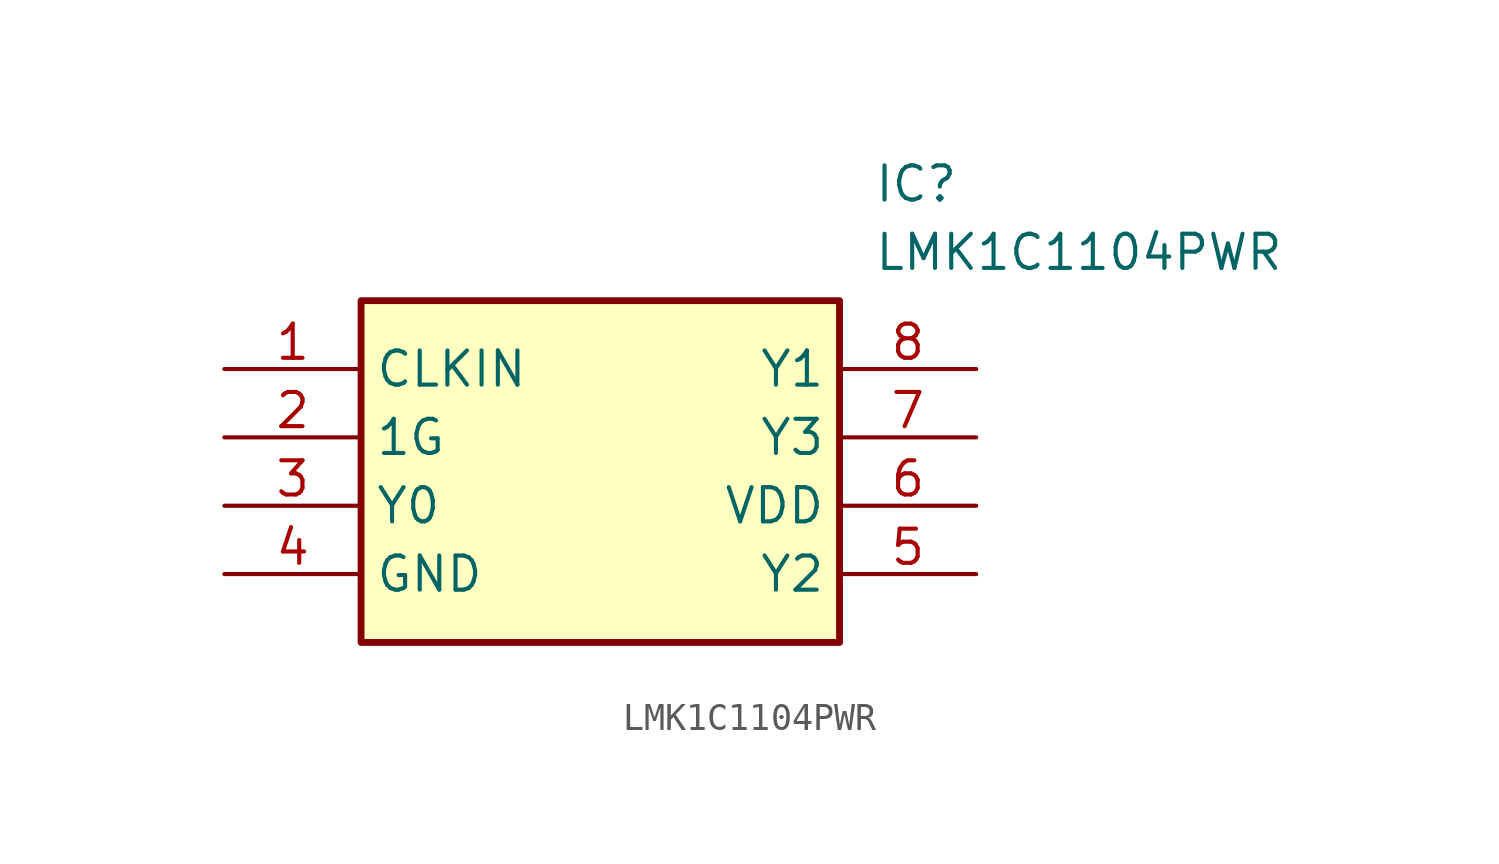
<source format=kicad_sym>
(kicad_symbol_lib
  (version 20211014)
  (generator SamacSys_ECAD_Model)
  (symbol "LMK1C1104PWR"
    (property "Reference" "IC"
      (at 24.13 7.62 0)
      (effects (font (size 1.27 1.27)) (justify left top)))
    (property "Value" "LMK1C1104PWR"
      (at 24.13 5.08 0)
      (effects (font (size 1.27 1.27)) (justify left top)))
    (rectangle
      (start 5.08 2.54)
      (end 22.86 -10.16)
      (stroke (width 0.254) (type default))
      (fill (type background)))
    (pin passive line
      (at 0 0 0)
      (length 5.08)
      (name "CLKIN" (effects (font (size 1.27 1.27))))
      (number "1" (effects (font (size 1.27 1.27)))))
    (pin passive line
      (at 0 -2.54 0)
      (length 5.08)
      (name "1G" (effects (font (size 1.27 1.27))))
      (number "2" (effects (font (size 1.27 1.27)))))
    (pin passive line
      (at 0 -5.08 0)
      (length 5.08)
      (name "Y0" (effects (font (size 1.27 1.27))))
      (number "3" (effects (font (size 1.27 1.27)))))
    (pin passive line
      (at 0 -7.62 0)
      (length 5.08)
      (name "GND" (effects (font (size 1.27 1.27))))
      (number "4" (effects (font (size 1.27 1.27)))))
    (pin passive line
      (at 27.94 0 180)
      (length 5.08)
      (name "Y1" (effects (font (size 1.27 1.27))))
      (number "8" (effects (font (size 1.27 1.27)))))
    (pin passive line
      (at 27.94 -2.54 180)
      (length 5.08)
      (name "Y3" (effects (font (size 1.27 1.27))))
      (number "7" (effects (font (size 1.27 1.27)))))
    (pin passive line
      (at 27.94 -5.08 180)
      (length 5.08)
      (name "VDD" (effects (font (size 1.27 1.27))))
      (number "6" (effects (font (size 1.27 1.27)))))
    (pin passive line
      (at 27.94 -7.62 180)
      (length 5.08)
      (name "Y2" (effects (font (size 1.27 1.27))))
      (number "5" (effects (font (size 1.27 1.27)))))))
</source>
